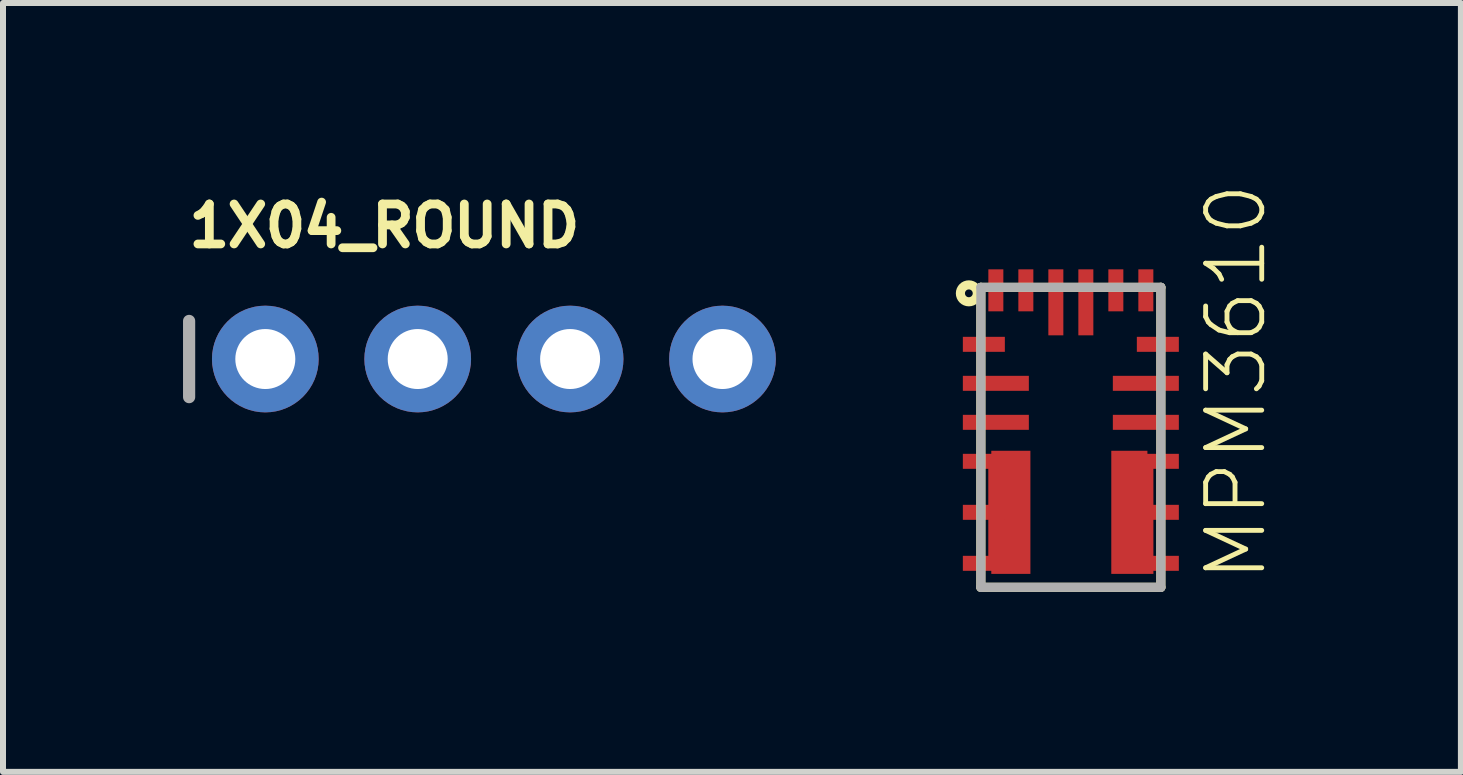
<source format=kicad_pcb>
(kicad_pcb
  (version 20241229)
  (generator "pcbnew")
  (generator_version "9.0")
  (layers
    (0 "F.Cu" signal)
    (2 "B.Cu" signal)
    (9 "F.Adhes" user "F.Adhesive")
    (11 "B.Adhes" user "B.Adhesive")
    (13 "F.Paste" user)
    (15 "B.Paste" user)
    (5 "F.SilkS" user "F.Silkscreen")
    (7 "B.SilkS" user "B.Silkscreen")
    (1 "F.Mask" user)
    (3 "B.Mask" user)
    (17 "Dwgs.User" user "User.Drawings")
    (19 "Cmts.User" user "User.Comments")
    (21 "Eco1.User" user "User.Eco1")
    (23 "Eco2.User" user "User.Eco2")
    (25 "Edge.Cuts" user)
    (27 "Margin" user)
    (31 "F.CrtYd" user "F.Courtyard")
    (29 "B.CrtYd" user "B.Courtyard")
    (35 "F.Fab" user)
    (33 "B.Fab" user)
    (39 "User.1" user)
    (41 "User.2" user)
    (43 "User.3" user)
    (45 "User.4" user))
  (footprint "MPM3610"
    (layer "F.Cu")
    (at 14.798 4.239)
    (property "Reference" "MPM3610" (at 3.3 2.45 90) (unlocked yes) (layer "F.SilkS") (effects (font (size 0.935 0.935) (thickness 0.081)) (justify left bottom)))
    (fp_poly (pts (xy 1.276 0.424) (xy 1.376 0.424) (xy 1.376 2.276) (xy 0.674 2.276) (xy 0.674 0.224) (xy 1.276 0.224)) (stroke (width 0) (type default)) (fill yes) (layer "F.Cu"))
    (fp_poly (pts (xy -0.674 2.276) (xy -1.326 2.276) (xy -1.326 2.076) (xy -1.376 2.076) (xy -1.376 0.424) (xy -1.326 0.424) (xy -1.326 0.224) (xy -0.674 0.224)) (stroke (width 0) (type default)) (fill yes) (layer "F.Cu"))
    (fp_poly (pts (xy 1.326 0.474) (xy 1.426 0.474) (xy 1.426 2.326) (xy 0.624 2.326) (xy 0.624 0.174) (xy 1.326 0.174)) (stroke (width 0) (type default)) (fill yes) (layer "F.Mask"))
    (fp_poly (pts (xy -0.624 2.326) (xy -1.376 2.326) (xy -1.376 2.026) (xy -1.426 2.026) (xy -1.426 0.474) (xy -1.376 0.474) (xy -1.376 0.174) (xy -0.624 0.174)) (stroke (width 0) (type default)) (fill yes) (layer "F.Mask"))
    (fp_line (start -1.5 -2.5) (end 1.5 -2.5) (stroke (width 0.152) (type solid)) (layer "F.SilkS"))
    (fp_line (start -1.5 2.5) (end -1.5 -2.5) (stroke (width 0.152) (type solid)) (layer "F.SilkS"))
    (fp_line (start 1.5 -2.5) (end 1.5 2.5) (stroke (width 0.152) (type solid)) (layer "F.SilkS"))
    (fp_line (start 1.5 2.5) (end -1.5 2.5) (stroke (width 0.152) (type solid)) (layer "F.SilkS"))
    (fp_circle (center -1.7 -2.4) (end -1.559 -2.4) (stroke (width 0.152) (type solid)) (fill no) (layer "F.SilkS"))
    (fp_poly (pts (xy 1.326 0.424) (xy 1.376 0.424) (xy 1.376 2.276) (xy 0.674 2.276) (xy 0.674 0.224) (xy 1.326 0.224)) (stroke (width 0) (type default)) (fill yes) (layer "F.Paste"))
    (fp_poly (pts (xy -0.674 2.276) (xy -1.326 2.276) (xy -1.326 2.076) (xy -1.376 2.076) (xy -1.376 0.424) (xy -1.326 0.424) (xy -1.326 0.224) (xy -0.674 0.224)) (stroke (width 0) (type default)) (fill yes) (layer "F.Paste"))
    (fp_line (start -1.5 -2.5) (end 1.5 -2.5) (stroke (width 0.152) (type solid)) (layer "F.Fab"))
    (fp_line (start -1.5 2.5) (end -1.5 -2.5) (stroke (width 0.152) (type solid)) (layer "F.Fab"))
    (fp_line (start 1.5 -2.5) (end 1.5 2.5) (stroke (width 0.152) (type solid)) (layer "F.Fab"))
    (fp_line (start 1.5 2.5) (end -1.5 2.5) (stroke (width 0.152) (type solid)) (layer "F.Fab"))
    (pad "1" smd rect (at -1.45 -1.55) (size 0.7 0.25) (layers "F.Cu" "F.Mask" "F.Paste"))
    (pad "2" smd rect (at -1.25 -0.9) (size 1.1 0.25) (layers "F.Cu" "F.Mask" "F.Paste"))
    (pad "3" smd rect (at -1.25 -0.25) (size 1.1 0.25) (layers "F.Cu" "F.Mask" "F.Paste"))
    (pad "4" smd rect (at -1.45 0.4) (size 0.7 0.25) (layers "F.Cu" "F.Mask" "F.Paste"))
    (pad "5" smd rect (at -1.45 1.25) (size 0.7 0.25) (layers "F.Cu" "F.Mask" "F.Paste"))
    (pad "6" smd rect (at -1.45 2.1) (size 0.7 0.25) (layers "F.Cu" "F.Mask" "F.Paste"))
    (pad "7" smd rect (at 1.45 2.1) (size 0.7 0.25) (layers "F.Cu" "F.Mask" "F.Paste"))
    (pad "8" smd rect (at 1.45 1.25) (size 0.7 0.25) (layers "F.Cu" "F.Mask" "F.Paste"))
    (pad "9" smd rect (at 1.45 0.4) (size 0.7 0.25) (layers "F.Cu" "F.Mask" "F.Paste"))
    (pad "10" smd rect (at 1.25 -0.25) (size 1.1 0.25) (layers "F.Cu" "F.Mask" "F.Paste"))
    (pad "11" smd rect (at 1.25 -0.9) (size 1.1 0.25) (layers "F.Cu" "F.Mask" "F.Paste"))
    (pad "12" smd rect (at 1.45 -1.55) (size 0.7 0.25) (layers "F.Cu" "F.Mask" "F.Paste"))
    (pad "13" smd rect (at 1.25 -2.45 90) (size 0.7 0.25) (layers "F.Cu" "F.Mask" "F.Paste"))
    (pad "14" smd rect (at 0.75 -2.45 90) (size 0.7 0.25) (layers "F.Cu" "F.Mask" "F.Paste"))
    (pad "15" smd rect (at 0.25 -2.25 90) (size 1.1 0.25) (layers "F.Cu" "F.Mask" "F.Paste"))
    (pad "16" smd rect (at -0.25 -2.25 90) (size 1.1 0.25) (layers "F.Cu" "F.Mask" "F.Paste"))
    (pad "17" smd rect (at -0.75 -2.45 90) (size 0.7 0.25) (layers "F.Cu" "F.Mask" "F.Paste"))
    (pad "18" smd rect (at -1.25 -2.45 90) (size 0.7 0.25) (layers "F.Cu" "F.Mask" "F.Paste"))
    (zone (net_name "") (layer "F.Cu") (hatch edge 0.5) (connect_pads) (min_thickness 0.25) (filled_areas_thickness no) (keepout (tracks not_allowed) (vias not_allowed) (pads not_allowed) (copperpour not_allowed) (footprints allowed)) (placement (enabled no)) (fill) (polygon (pts (xy 14.298 4.239) (xy 15.248 4.239) (xy 15.248 3.089) (xy 14.298 3.089))))
    (zone (net_name "") (layers "F.Cu" "B.Cu") (hatch edge 0.5) (connect_pads) (min_thickness 0.25) (filled_areas_thickness no) (keepout (tracks allowed) (vias not_allowed) (pads allowed) (copperpour allowed) (footprints allowed)) (placement (enabled no)) (fill) (polygon (pts (xy 14.298 4.239) (xy 15.248 4.239) (xy 15.248 3.089) (xy 14.298 3.089)))))
  (footprint "1X04_ROUND"
    (layer "F.Cu")
    (at 5.182 2.934)
    (property "Reference" "1X04_ROUND" (at -5.156 -1.829 0) (unlocked yes) (layer "F.SilkS") (effects (font (size 0.666 0.666) (thickness 0.146)) (justify left bottom)))
    (fp_line (start -5.08 -0.635) (end -5.08 0.635) (stroke (width 0.203) (type solid)) (layer "F.Fab"))
    (fp_poly (pts (xy -4.064 0.254) (xy -3.556 0.254) (xy -3.556 -0.254) (xy -4.064 -0.254)) (stroke (width 0.1) (type default)) (fill no) (layer "F.Fab"))
    (fp_poly (pts (xy -1.524 0.254) (xy -1.016 0.254) (xy -1.016 -0.254) (xy -1.524 -0.254)) (stroke (width 0.1) (type default)) (fill no) (layer "F.Fab"))
    (fp_poly (pts (xy 1.016 0.254) (xy 1.524 0.254) (xy 1.524 -0.254) (xy 1.016 -0.254)) (stroke (width 0.1) (type default)) (fill no) (layer "F.Fab"))
    (fp_poly (pts (xy 3.556 0.254) (xy 4.064 0.254) (xy 4.064 -0.254) (xy 3.556 -0.254)) (stroke (width 0.1) (type default)) (fill no) (layer "F.Fab"))
    (pad "1" thru_hole circle (at -3.81 0 90) (size 1.778 1.778) (drill 1) (layers "*.Cu" "*.Mask"))
    (pad "2" thru_hole circle (at -1.27 0 90) (size 1.778 1.778) (drill 1) (layers "*.Cu" "*.Mask"))
    (pad "3" thru_hole circle (at 1.27 0 90) (size 1.778 1.778) (drill 1) (layers "*.Cu" "*.Mask"))
    (pad "4" thru_hole circle (at 3.81 0 90) (size 1.778 1.778) (drill 1) (layers "*.Cu" "*.Mask")))
  (gr_rect
    (start -3 -3)
    (end 21.299 9.815)
    (stroke (width 0.1) (type default))
    (fill no)
    (layer "Edge.Cuts")))
</source>
